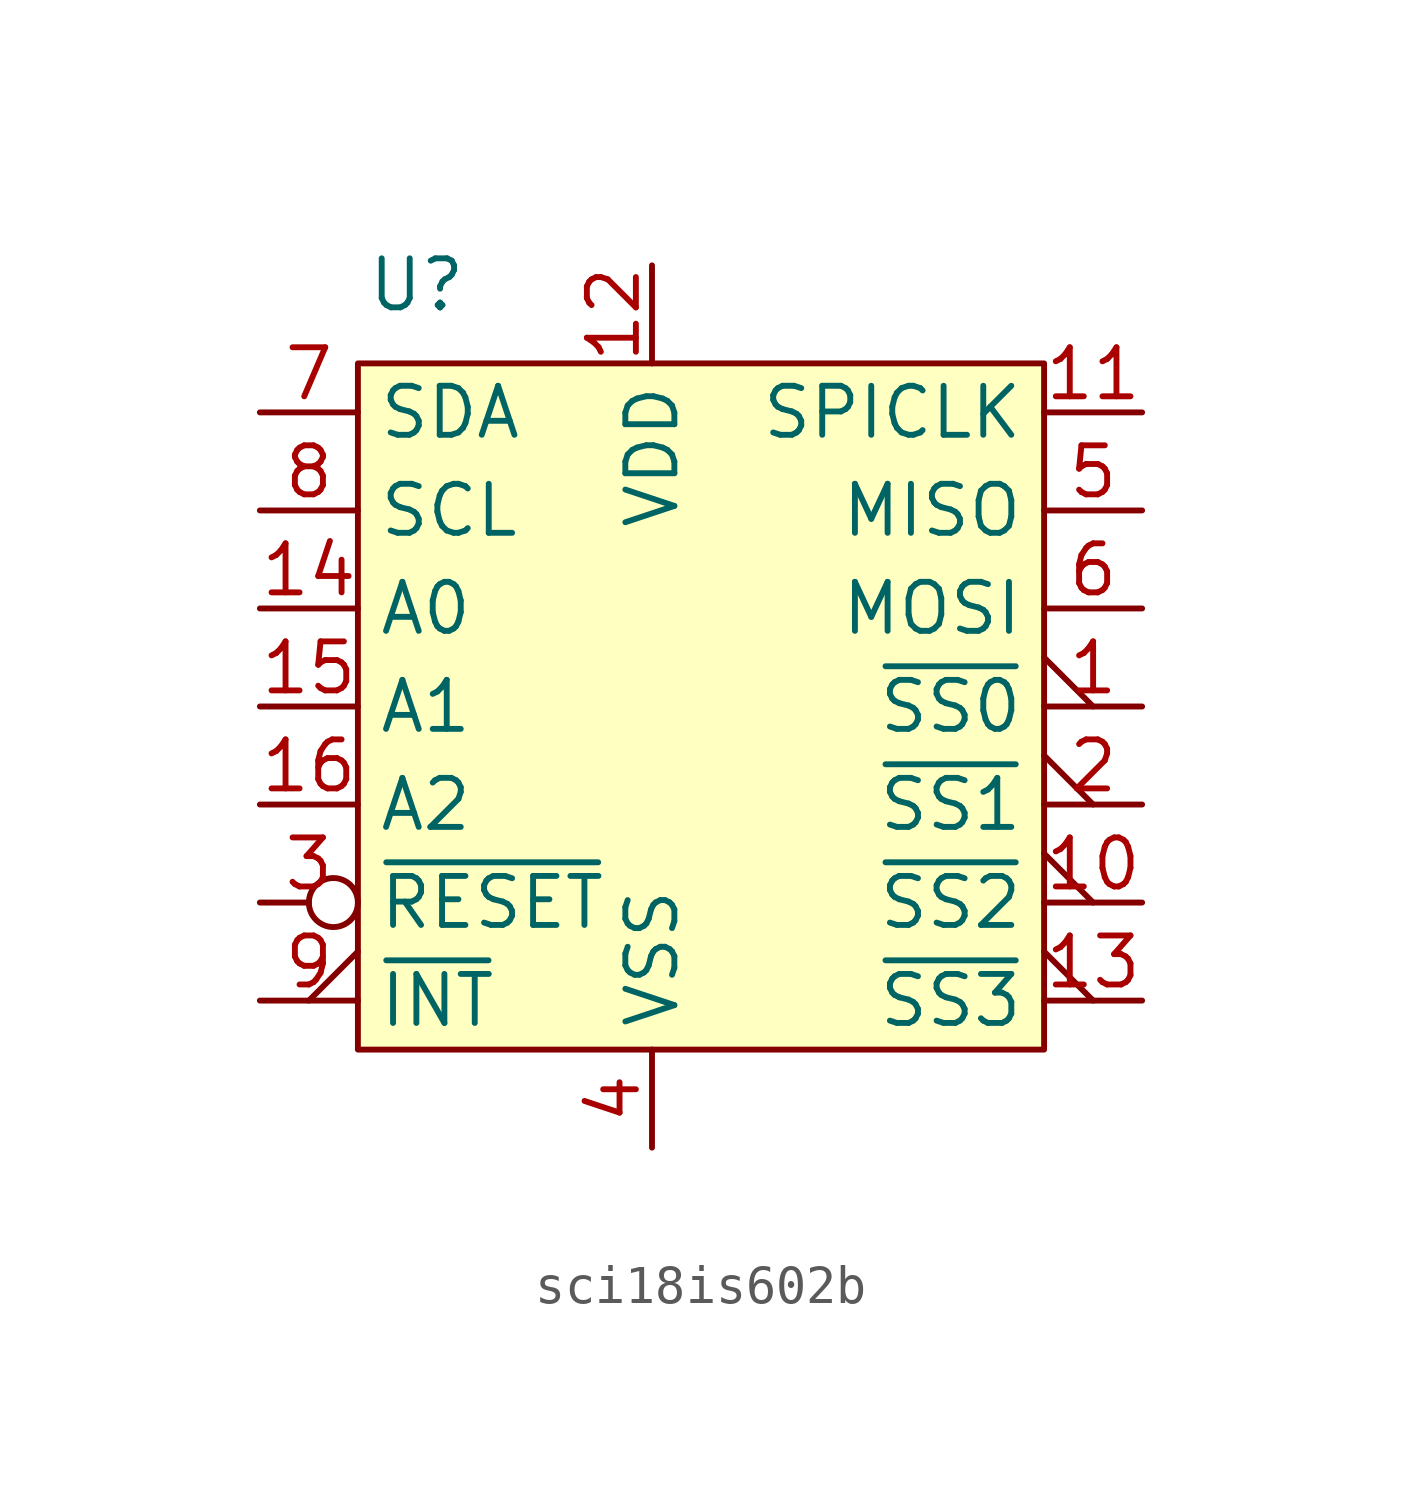
<source format=kicad_sym>
(kicad_symbol_lib
  (version 20231120)
  (generator "kicad_symbol_editor")
  (generator_version "8.0")
  (symbol "sci18is602b"
    (property "Reference" "U"
      (at -206.756 438.912 0)
      (effects (font (size 1.27 1.27))))
    (property "Value" ""
      (at -204.47 438.15 0)
      (effects (font (size 1.27 1.27))))
    (symbol "sci18is602b_1_1"
      (rectangle (start -208.28 436.88) (end -190.5 419.1) (stroke (width 0) (type default)) (fill (type background)))
      (pin output output_low (at -187.96 427.99 180) (length 2.54) (name "~{SS0}" (effects (font (size 1.27 1.27)))) (number "1" (effects (font (size 1.27 1.27)))) (alternate "GPIO0" bidirectional line))
      (pin output output_low (at -187.96 422.91 180) (length 2.54) (name "~{SS2}" (effects (font (size 1.27 1.27)))) (number "10" (effects (font (size 1.27 1.27)))) (alternate "GPIO2" bidirectional line))
      (pin output line (at -187.96 435.61 180) (length 2.54) (name "SPICLK" (effects (font (size 1.27 1.27)))) (number "11" (effects (font (size 1.27 1.27)))))
      (pin power_in line (at -200.66 439.42 270) (length 2.54) (name "VDD" (effects (font (size 1.27 1.27)))) (number "12" (effects (font (size 1.27 1.27)))))
      (pin output output_low (at -187.96 420.37 180) (length 2.54) (name "~{SS3}" (effects (font (size 1.27 1.27)))) (number "13" (effects (font (size 1.27 1.27)))) (alternate "GPIO3" bidirectional line))
      (pin input line (at -210.82 430.53 0) (length 2.54) (name "A0" (effects (font (size 1.27 1.27)))) (number "14" (effects (font (size 1.27 1.27)))))
      (pin input line (at -210.82 427.99 0) (length 2.54) (name "A1" (effects (font (size 1.27 1.27)))) (number "15" (effects (font (size 1.27 1.27)))))
      (pin input line (at -210.82 425.45 0) (length 2.54) (name "A2" (effects (font (size 1.27 1.27)))) (number "16" (effects (font (size 1.27 1.27)))))
      (pin output output_low (at -187.96 425.45 180) (length 2.54) (name "~{SS1}" (effects (font (size 1.27 1.27)))) (number "2" (effects (font (size 1.27 1.27)))) (alternate "GPIO1" bidirectional line))
      (pin input inverted (at -210.82 422.91 0) (length 2.54) (name "~{RESET}" (effects (font (size 1.27 1.27)))) (number "3" (effects (font (size 1.27 1.27)))))
      (pin power_in line (at -200.66 416.56 90) (length 2.54) (name "VSS" (effects (font (size 1.27 1.27)))) (number "4" (effects (font (size 1.27 1.27)))))
      (pin input line (at -187.96 433.07 180) (length 2.54) (name "MISO" (effects (font (size 1.27 1.27)))) (number "5" (effects (font (size 1.27 1.27)))))
      (pin output line (at -187.96 430.53 180) (length 2.54) (name "MOSI" (effects (font (size 1.27 1.27)))) (number "6" (effects (font (size 1.27 1.27)))))
      (pin bidirectional line (at -210.82 435.61 0) (length 2.54) (name "SDA" (effects (font (size 1.27 1.27)))) (number "7" (effects (font (size 1.27 1.27)))))
      (pin input line (at -210.82 433.07 0) (length 2.54) (name "SCL" (effects (font (size 1.27 1.27)))) (number "8" (effects (font (size 1.27 1.27)))))
      (pin open_collector output_low (at -210.82 420.37 0) (length 2.54) (name "~{INT}" (effects (font (size 1.27 1.27)))) (number "9" (effects (font (size 1.27 1.27))))))))
</source>
